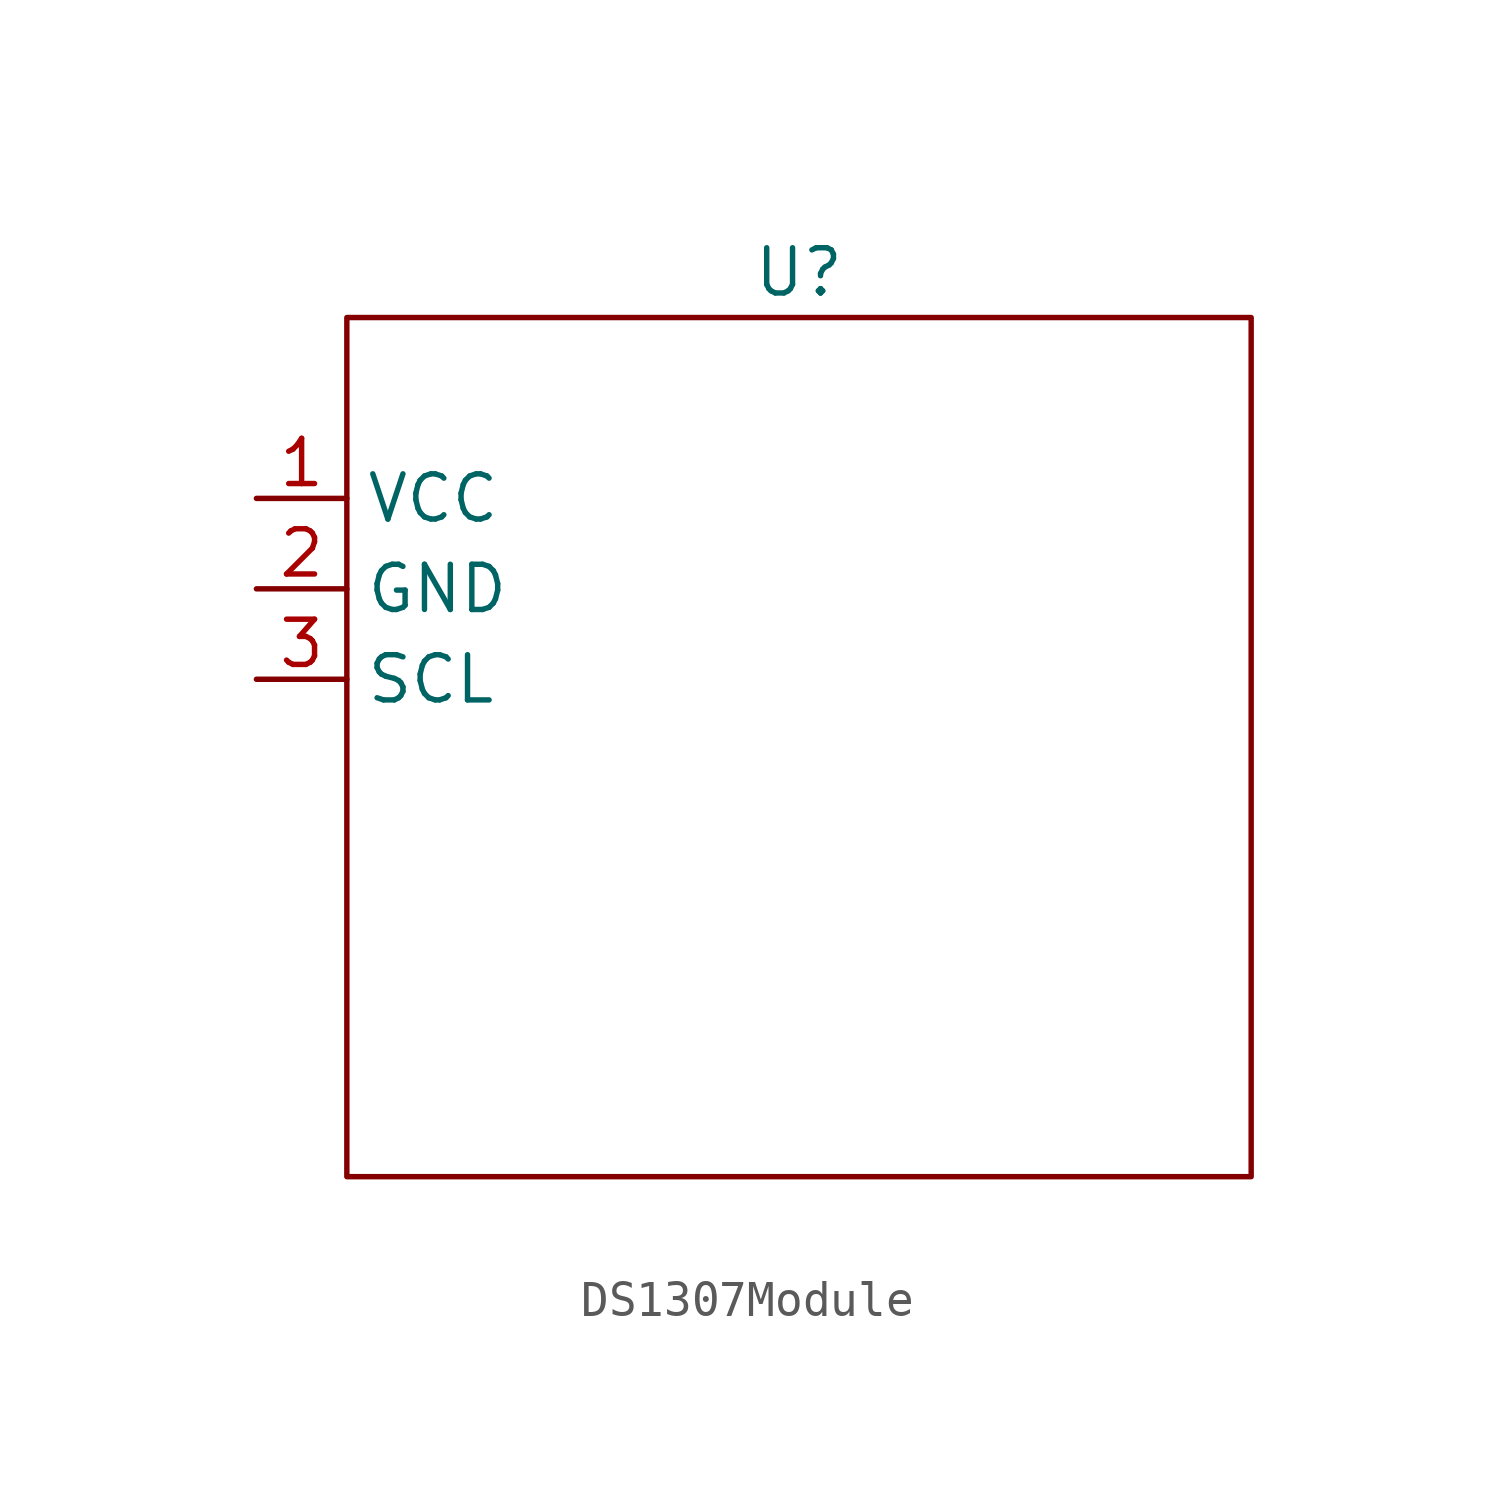
<source format=kicad_sym>
(kicad_symbol_lib
  (version 20231120)
  (generator "kicad_symbol_editor")
  (generator_version "8.0")
  (symbol "DS1307Module"
    (property "Reference" "U"
      (at 0 0 0)
      (effects (font (size 1.27 1.27))))
    (property "Value" ""
      (at 0 0 0)
      (effects (font (size 1.27 1.27))))
    (symbol "DS1307Module_0_1"
      (rectangle (start -12.7 -1.27) (end 12.7 -25.4) (stroke (width 0) (type default)) (fill (type none))))
    (symbol "DS1307Module_1_1"
      (pin power_in line (at -15.24 -6.35 0) (length 2.54) (name "VCC" (effects (font (size 1.27 1.27)))) (number "1" (effects (font (size 1.27 1.27)))))
      (pin input line (at -15.24 -8.89 0) (length 2.54) (name "GND" (effects (font (size 1.27 1.27)))) (number "2" (effects (font (size 1.27 1.27)))))
      (pin input line (at -15.24 -11.43 0) (length 2.54) (name "SCL" (effects (font (size 1.27 1.27)))) (number "3" (effects (font (size 1.27 1.27))))))))
</source>
